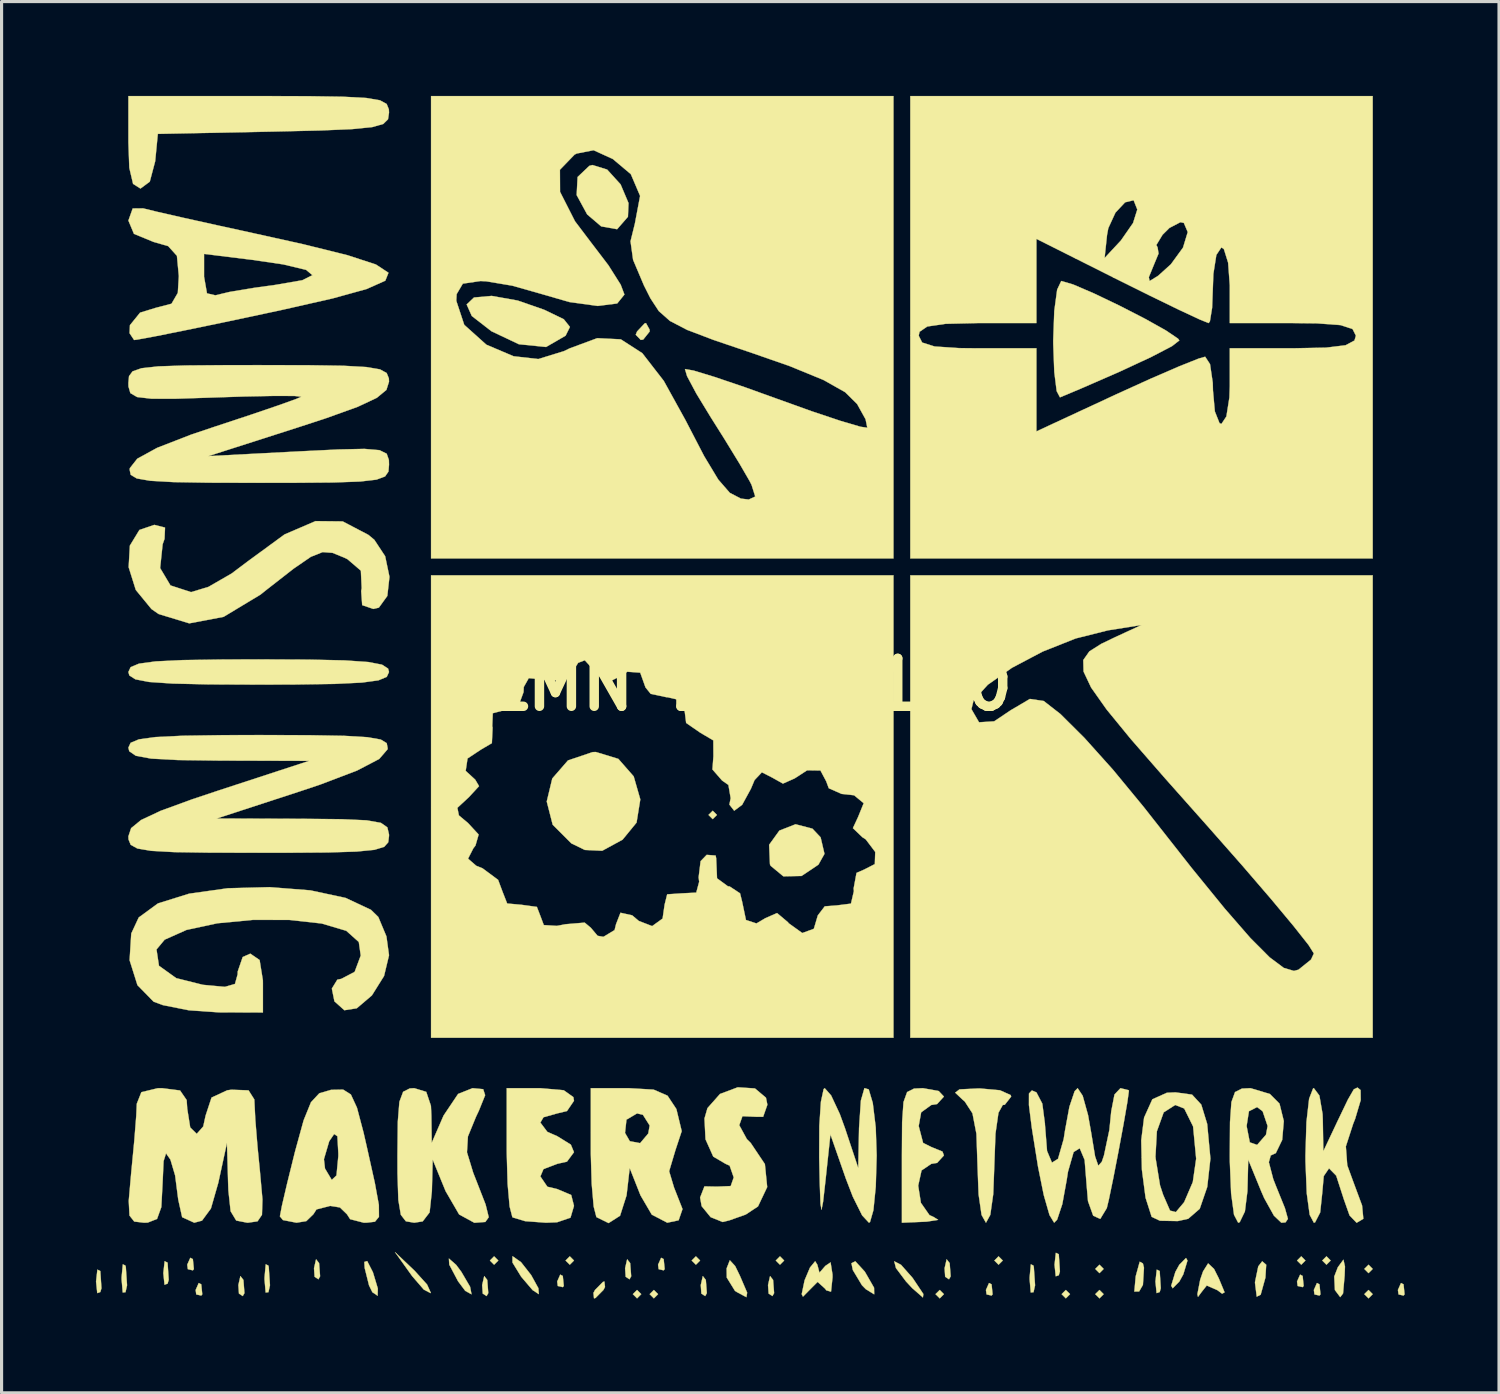
<source format=kicad_pcb>
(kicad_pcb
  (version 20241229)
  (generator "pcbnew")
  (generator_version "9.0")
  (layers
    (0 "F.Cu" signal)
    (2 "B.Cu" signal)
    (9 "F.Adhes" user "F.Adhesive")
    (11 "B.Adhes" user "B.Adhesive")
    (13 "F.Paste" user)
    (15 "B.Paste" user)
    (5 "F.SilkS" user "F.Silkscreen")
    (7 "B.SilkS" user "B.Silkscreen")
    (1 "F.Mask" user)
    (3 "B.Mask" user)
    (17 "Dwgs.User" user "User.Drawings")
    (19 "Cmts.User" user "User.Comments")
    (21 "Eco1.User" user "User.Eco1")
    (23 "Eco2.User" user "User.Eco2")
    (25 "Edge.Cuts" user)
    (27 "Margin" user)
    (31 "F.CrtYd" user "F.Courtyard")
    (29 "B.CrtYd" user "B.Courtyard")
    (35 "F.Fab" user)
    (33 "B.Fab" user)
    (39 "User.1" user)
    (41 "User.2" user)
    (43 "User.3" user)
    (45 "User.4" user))
  (footprint "LMN Logo 160"
    (layer "F.Cu")
    (at 20.818 18.721)
    (property "Reference" "LMN Logo 160" (at 0 0 0) (layer "F.SilkS") (effects (font (size 1.524 1.524) (thickness 0.3))))
    (attr through_hole)
    (fp_poly (pts (xy -8.021 18.315) (xy -8.155 18.448) (xy -8.288 18.315) (xy -8.155 18.181) (xy -8.021 18.315)) (stroke (width 0.01) (type solid)) (fill yes) (layer "F.SilkS"))
    (fp_poly (pts (xy -5.615 18.315) (xy -5.748 18.448) (xy -5.882 18.315) (xy -5.748 18.181) (xy -5.615 18.315)) (stroke (width 0.01) (type solid)) (fill yes) (layer "F.SilkS"))
    (fp_poly (pts (xy -3.476 19.384) (xy -3.609 19.518) (xy -3.743 19.384) (xy -3.609 19.251) (xy -3.476 19.384)) (stroke (width 0.01) (type solid)) (fill yes) (layer "F.SilkS"))
    (fp_poly (pts (xy -2.941 19.384) (xy -3.075 19.518) (xy -3.208 19.384) (xy -3.075 19.251) (xy -2.941 19.384)) (stroke (width 0.01) (type solid)) (fill yes) (layer "F.SilkS"))
    (fp_poly (pts (xy -1.604 18.315) (xy -1.738 18.448) (xy -1.872 18.315) (xy -1.738 18.181) (xy -1.604 18.315)) (stroke (width 0.01) (type solid)) (fill yes) (layer "F.SilkS"))
    (fp_poly (pts (xy -1.069 4.144) (xy -1.203 4.278) (xy -1.337 4.144) (xy -1.203 4.011) (xy -1.069 4.144)) (stroke (width 0.01) (type solid)) (fill yes) (layer "F.SilkS"))
    (fp_poly (pts (xy 1.069 18.315) (xy 0.936 18.448) (xy 0.802 18.315) (xy 0.936 18.181) (xy 1.069 18.315)) (stroke (width 0.01) (type solid)) (fill yes) (layer "F.SilkS"))
    (fp_poly (pts (xy 6.149 19.384) (xy 6.016 19.518) (xy 5.882 19.384) (xy 6.016 19.251) (xy 6.149 19.384)) (stroke (width 0.01) (type solid)) (fill yes) (layer "F.SilkS"))
    (fp_poly (pts (xy 8.021 18.315) (xy 7.887 18.448) (xy 7.754 18.315) (xy 7.887 18.181) (xy 8.021 18.315)) (stroke (width 0.01) (type solid)) (fill yes) (layer "F.SilkS"))
    (fp_poly (pts (xy 10.16 19.384) (xy 10.026 19.518) (xy 9.893 19.384) (xy 10.026 19.251) (xy 10.16 19.384)) (stroke (width 0.01) (type solid)) (fill yes) (layer "F.SilkS"))
    (fp_poly (pts (xy 11.229 18.582) (xy 11.096 18.716) (xy 10.962 18.582) (xy 11.096 18.448) (xy 11.229 18.582)) (stroke (width 0.01) (type solid)) (fill yes) (layer "F.SilkS"))
    (fp_poly (pts (xy 11.229 19.384) (xy 11.096 19.518) (xy 10.962 19.384) (xy 11.096 19.251) (xy 11.229 19.384)) (stroke (width 0.01) (type solid)) (fill yes) (layer "F.SilkS"))
    (fp_poly (pts (xy 17.646 18.315) (xy 17.513 18.448) (xy 17.379 18.315) (xy 17.513 18.181) (xy 17.646 18.315)) (stroke (width 0.01) (type solid)) (fill yes) (layer "F.SilkS"))
    (fp_poly (pts (xy 18.448 18.315) (xy 18.315 18.448) (xy 18.181 18.315) (xy 18.315 18.181) (xy 18.448 18.315)) (stroke (width 0.01) (type solid)) (fill yes) (layer "F.SilkS"))
    (fp_poly (pts (xy 19.785 18.582) (xy 19.652 18.716) (xy 19.518 18.582) (xy 19.652 18.448) (xy 19.785 18.582)) (stroke (width 0.01) (type solid)) (fill yes) (layer "F.SilkS"))
    (fp_poly (pts (xy 19.785 19.384) (xy 19.652 19.518) (xy 19.518 19.384) (xy 19.652 19.251) (xy 19.785 19.384)) (stroke (width 0.01) (type solid)) (fill yes) (layer "F.SilkS"))
    (fp_poly (pts (xy -20.678 18.649) (xy -20.642 19.196) (xy -20.678 19.317) (xy -20.775 19.351) (xy -20.813 18.983) (xy -20.771 18.604) (xy -20.678 18.649)) (stroke (width 0.01) (type solid)) (fill yes) (layer "F.SilkS"))
    (fp_poly (pts (xy -18.539 18.382) (xy -18.503 18.929) (xy -18.539 19.05) (xy -18.636 19.084) (xy -18.674 18.716) (xy -18.632 18.336) (xy -18.539 18.382)) (stroke (width 0.01) (type solid)) (fill yes) (layer "F.SilkS"))
    (fp_poly (pts (xy -17.735 18.27) (xy -17.703 18.587) (xy -17.735 18.627) (xy -17.894 18.59) (xy -17.914 18.448) (xy -17.816 18.228) (xy -17.735 18.27)) (stroke (width 0.01) (type solid)) (fill yes) (layer "F.SilkS"))
    (fp_poly (pts (xy -17.468 19.072) (xy -17.436 19.39) (xy -17.468 19.429) (xy -17.627 19.392) (xy -17.646 19.251) (xy -17.548 19.03) (xy -17.468 19.072)) (stroke (width 0.01) (type solid)) (fill yes) (layer "F.SilkS"))
    (fp_poly (pts (xy -16.127 18.933) (xy -16.095 19.351) (xy -16.148 19.445) (xy -16.269 19.366) (xy -16.288 19.095) (xy -16.223 18.809) (xy -16.127 18.933)) (stroke (width 0.01) (type solid)) (fill yes) (layer "F.SilkS"))
    (fp_poly (pts (xy -13.721 18.398) (xy -13.689 18.816) (xy -13.742 18.911) (xy -13.863 18.831) (xy -13.882 18.56) (xy -13.817 18.275) (xy -13.721 18.398)) (stroke (width 0.01) (type solid)) (fill yes) (layer "F.SilkS"))
    (fp_poly (pts (xy -8.373 18.933) (xy -8.341 19.351) (xy -8.394 19.445) (xy -8.516 19.366) (xy -8.535 19.095) (xy -8.469 18.809) (xy -8.373 18.933)) (stroke (width 0.01) (type solid)) (fill yes) (layer "F.SilkS"))
    (fp_poly (pts (xy -5.971 18.805) (xy -5.939 19.122) (xy -5.971 19.161) (xy -6.13 19.125) (xy -6.149 18.983) (xy -6.052 18.763) (xy -5.971 18.805)) (stroke (width 0.01) (type solid)) (fill yes) (layer "F.SilkS"))
    (fp_poly (pts (xy -3.828 18.398) (xy -3.796 18.816) (xy -3.849 18.911) (xy -3.971 18.831) (xy -3.989 18.56) (xy -3.924 18.275) (xy -3.828 18.398)) (stroke (width 0.01) (type solid)) (fill yes) (layer "F.SilkS"))
    (fp_poly (pts (xy -2.763 18.27) (xy -2.731 18.587) (xy -2.763 18.627) (xy -2.922 18.59) (xy -2.941 18.448) (xy -2.843 18.228) (xy -2.763 18.27)) (stroke (width 0.01) (type solid)) (fill yes) (layer "F.SilkS"))
    (fp_poly (pts (xy -1.422 18.933) (xy -1.39 19.351) (xy -1.443 19.445) (xy -1.564 19.366) (xy -1.583 19.095) (xy -1.518 18.809) (xy -1.422 18.933)) (stroke (width 0.01) (type solid)) (fill yes) (layer "F.SilkS"))
    (fp_poly (pts (xy 0.717 18.933) (xy 0.749 19.351) (xy 0.696 19.445) (xy 0.575 19.366) (xy 0.556 19.095) (xy 0.621 18.809) (xy 0.717 18.933)) (stroke (width 0.01) (type solid)) (fill yes) (layer "F.SilkS"))
    (fp_poly (pts (xy 6.332 18.398) (xy 6.364 18.816) (xy 6.311 18.911) (xy 6.189 18.831) (xy 6.171 18.56) (xy 6.236 18.275) (xy 6.332 18.398)) (stroke (width 0.01) (type solid)) (fill yes) (layer "F.SilkS"))
    (fp_poly (pts (xy 7.665 19.072) (xy 7.697 19.39) (xy 7.665 19.429) (xy 7.506 19.392) (xy 7.486 19.251) (xy 7.584 19.03) (xy 7.665 19.072)) (stroke (width 0.01) (type solid)) (fill yes) (layer "F.SilkS"))
    (fp_poly (pts (xy 9.802 18.114) (xy 9.838 18.662) (xy 9.802 18.783) (xy 9.705 18.816) (xy 9.667 18.448) (xy 9.709 18.069) (xy 9.802 18.114)) (stroke (width 0.01) (type solid)) (fill yes) (layer "F.SilkS"))
    (fp_poly (pts (xy 13.011 18.649) (xy 13.046 19.196) (xy 13.011 19.317) (xy 12.913 19.351) (xy 12.876 18.983) (xy 12.918 18.604) (xy 13.011 18.649)) (stroke (width 0.01) (type solid)) (fill yes) (layer "F.SilkS"))
    (fp_poly (pts (xy 17.557 18.805) (xy 17.589 19.122) (xy 17.557 19.161) (xy 17.398 19.125) (xy 17.379 18.983) (xy 17.477 18.763) (xy 17.557 18.805)) (stroke (width 0.01) (type solid)) (fill yes) (layer "F.SilkS"))
    (fp_poly (pts (xy 18.092 19.072) (xy 18.124 19.39) (xy 18.092 19.429) (xy 17.933 19.392) (xy 17.914 19.251) (xy 18.012 19.03) (xy 18.092 19.072)) (stroke (width 0.01) (type solid)) (fill yes) (layer "F.SilkS"))
    (fp_poly (pts (xy 20.766 19.072) (xy 20.798 19.39) (xy 20.766 19.429) (xy 20.607 19.392) (xy 20.587 19.251) (xy 20.685 19.03) (xy 20.766 19.072)) (stroke (width 0.01) (type solid)) (fill yes) (layer "F.SilkS"))
    (fp_poly (pts (xy -19.881 18.474) (xy -19.867 18.52) (xy -19.828 19.103) (xy -19.877 19.322) (xy -19.965 19.331) (xy -20.001 18.913) (xy -20.001 18.849) (xy -19.962 18.435) (xy -19.881 18.474)) (stroke (width 0.01) (type solid)) (fill yes) (layer "F.SilkS"))
    (fp_poly (pts (xy -15.335 18.474) (xy -15.322 18.52) (xy -15.283 19.103) (xy -15.332 19.322) (xy -15.42 19.331) (xy -15.456 18.913) (xy -15.455 18.849) (xy -15.417 18.435) (xy -15.335 18.474)) (stroke (width 0.01) (type solid)) (fill yes) (layer "F.SilkS"))
    (fp_poly (pts (xy -12.009 18.688) (xy -11.853 19.204) (xy -11.859 19.435) (xy -12.026 19.323) (xy -12.132 19.107) (xy -12.271 18.551) (xy -12.282 18.36) (xy -12.191 18.332) (xy -12.009 18.688)) (stroke (width 0.01) (type solid)) (fill yes) (layer "F.SilkS"))
    (fp_poly (pts (xy -10.681 18.642) (xy -10.287 19.078) (xy -10.168 19.341) (xy -10.175 19.351) (xy -10.391 19.239) (xy -10.758 18.814) (xy -10.8 18.756) (xy -11.307 18.047) (xy -10.681 18.642)) (stroke (width 0.01) (type solid)) (fill yes) (layer "F.SilkS"))
    (fp_poly (pts (xy -9.361 18.454) (xy -9.197 18.674) (xy -8.919 19.149) (xy -8.873 19.389) (xy -9.073 19.279) (xy -9.301 18.975) (xy -9.58 18.447) (xy -9.593 18.251) (xy -9.361 18.454)) (stroke (width 0.01) (type solid)) (fill yes) (layer "F.SilkS"))
    (fp_poly (pts (xy -4.629 19.156) (xy -4.679 19.251) (xy -4.931 19.506) (xy -4.978 19.518) (xy -4.996 19.345) (xy -4.946 19.251) (xy -4.694 18.995) (xy -4.647 18.983) (xy -4.629 19.156)) (stroke (width 0.01) (type solid)) (fill yes) (layer "F.SilkS"))
    (fp_poly (pts (xy -3.211 -11.29) (xy -3.208 -11.229) (xy -3.414 -10.972) (xy -3.492 -10.962) (xy -3.651 -11.126) (xy -3.609 -11.229) (xy -3.369 -11.485) (xy -3.326 -11.497) (xy -3.211 -11.29)) (stroke (width 0.01) (type solid)) (fill yes) (layer "F.SilkS"))
    (fp_poly (pts (xy 8.995 18.474) (xy 9.008 18.52) (xy 9.048 19.103) (xy 8.999 19.322) (xy 8.911 19.331) (xy 8.875 18.913) (xy 8.875 18.849) (xy 8.914 18.435) (xy 8.995 18.474)) (stroke (width 0.01) (type solid)) (fill yes) (layer "F.SilkS"))
    (fp_poly (pts (xy 12.477 18.407) (xy 12.511 18.544) (xy 12.478 19.089) (xy 12.357 19.299) (xy 12.205 19.3) (xy 12.248 18.824) (xy 12.252 18.803) (xy 12.376 18.352) (xy 12.477 18.407)) (stroke (width 0.01) (type solid)) (fill yes) (layer "F.SilkS"))
    (fp_poly (pts (xy 13.895 18.315) (xy 13.762 18.754) (xy 13.636 18.983) (xy 13.424 19.197) (xy 13.377 19.117) (xy 13.51 18.677) (xy 13.636 18.448) (xy 13.848 18.234) (xy 13.895 18.315)) (stroke (width 0.01) (type solid)) (fill yes) (layer "F.SilkS"))
    (fp_poly (pts (xy 16.398 18.448) (xy 16.373 18.858) (xy 16.222 19.402) (xy 16.097 19.464) (xy 16.042 19.025) (xy 16.042 18.999) (xy 16.146 18.5) (xy 16.271 18.339) (xy 16.398 18.448)) (stroke (width 0.01) (type solid)) (fill yes) (layer "F.SilkS"))
    (fp_poly (pts (xy 18.903 18.505) (xy 18.892 18.793) (xy 18.842 19.362) (xy 18.752 19.479) (xy 18.583 19.253) (xy 18.562 18.824) (xy 18.677 18.528) (xy 18.854 18.287) (xy 18.903 18.505)) (stroke (width 0.01) (type solid)) (fill yes) (layer "F.SilkS"))
    (fp_poly (pts (xy -0.489 18.491) (xy -0.339 18.798) (xy -0.108 19.337) (xy -0.132 19.481) (xy -0.438 19.316) (xy -0.494 19.281) (xy -0.756 18.857) (xy -0.761 18.566) (xy -0.659 18.306) (xy -0.489 18.491)) (stroke (width 0.01) (type solid)) (fill yes) (layer "F.SilkS"))
    (fp_poly (pts (xy 3.629 18.663) (xy 3.637 18.674) (xy 3.928 19.18) (xy 3.932 19.39) (xy 3.665 19.226) (xy 3.543 19.101) (xy 3.253 18.618) (xy 3.208 18.4) (xy 3.332 18.339) (xy 3.629 18.663)) (stroke (width 0.01) (type solid)) (fill yes) (layer "F.SilkS"))
    (fp_poly (pts (xy 4.785 18.451) (xy 5.152 18.866) (xy 5.159 18.876) (xy 5.495 19.379) (xy 5.481 19.49) (xy 5.144 19.195) (xy 4.945 18.982) (xy 4.625 18.556) (xy 4.569 18.339) (xy 4.785 18.451)) (stroke (width 0.01) (type solid)) (fill yes) (layer "F.SilkS"))
    (fp_poly (pts (xy -7.299 18.367) (xy -6.976 18.779) (xy -6.747 19.195) (xy -6.733 19.384) (xy -6.931 19.255) (xy -7.292 18.832) (xy -7.298 18.823) (xy -7.571 18.378) (xy -7.571 18.182) (xy -7.563 18.181) (xy -7.299 18.367)) (stroke (width 0.01) (type solid)) (fill yes) (layer "F.SilkS"))
    (fp_poly (pts (xy -4.561 -16.379) (xy -4.133 -15.908) (xy -3.881 -15.313) (xy -3.899 -14.877) (xy -4.244 -14.482) (xy -4.749 -14.572) (xy -5.196 -14.953) (xy -5.53 -15.568) (xy -5.5 -16.142) (xy -5.126 -16.497) (xy -5.027 -16.523) (xy -4.561 -16.379)) (stroke (width 0.01) (type solid)) (fill yes) (layer "F.SilkS"))
    (fp_poly (pts (xy 1.968 4.581) (xy 2.228 4.857) (xy 2.351 5.382) (xy 2.158 5.726) (xy 1.622 6.085) (xy 1.044 6.097) (xy 0.64 5.763) (xy 0.617 5.712) (xy 0.591 5.094) (xy 0.917 4.642) (xy 1.431 4.441) (xy 1.968 4.581)) (stroke (width 0.01) (type solid)) (fill yes) (layer "F.SilkS"))
    (fp_poly (pts (xy -7.404 -12.213) (xy -6.564 -11.921) (xy -5.94 -11.62) (xy -5.744 -11.374) (xy -5.882 -11.096) (xy -6.503 -10.737) (xy -7.367 -10.824) (xy -8.241 -11.238) (xy -8.865 -11.723) (xy -9.028 -12.089) (xy -8.795 -12.31) (xy -8.232 -12.361) (xy -7.404 -12.213)) (stroke (width 0.01) (type solid)) (fill yes) (layer "F.SilkS"))
    (fp_poly (pts (xy 14.739 18.582) (xy 14.89 18.881) (xy 15.075 19.326) (xy 14.996 19.37) (xy 14.849 19.259) (xy 14.507 19.109) (xy 14.351 19.306) (xy 14.229 19.47) (xy 14.21 19.384) (xy 14.3 18.921) (xy 14.39 18.661) (xy 14.551 18.405) (xy 14.739 18.582)) (stroke (width 0.01) (type solid)) (fill yes) (layer "F.SilkS"))
    (fp_poly (pts (xy -4.204 2.362) (xy -3.716 2.919) (xy -3.506 3.65) (xy -3.625 4.388) (xy -4.07 4.931) (xy -4.718 5.284) (xy -5.27 5.258) (xy -5.699 5.049) (xy -6.292 4.456) (xy -6.481 3.717) (xy -6.305 2.985) (xy -5.806 2.411) (xy -5.024 2.147) (xy -4.921 2.143) (xy -4.204 2.362)) (stroke (width 0.01) (type solid)) (fill yes) (layer "F.SilkS"))
    (fp_poly (pts (xy 2.124 18.448) (xy 2.191 18.702) (xy 2.377 18.487) (xy 2.545 18.373) (xy 2.606 18.76) (xy 2.607 18.849) (xy 2.559 19.306) (xy 2.406 19.261) (xy 2.373 19.212) (xy 2.132 18.994) (xy 1.876 19.251) (xy 1.667 19.464) (xy 1.627 19.384) (xy 1.719 18.943) (xy 1.89 18.539) (xy 2.055 18.337) (xy 2.124 18.448)) (stroke (width 0.01) (type solid)) (fill yes) (layer "F.SilkS"))
    (fp_poly (pts (xy 10.262 -12.723) (xy 10.925 -12.438) (xy 11.733 -12.051) (xy 12.543 -11.635) (xy 13.211 -11.261) (xy 13.594 -11.002) (xy 13.636 -10.945) (xy 13.4 -10.762) (xy 12.744 -10.42) (xy 11.745 -9.955) (xy 10.48 -9.403) (xy 9.84 -9.135) (xy 9.735 -9.334) (xy 9.659 -9.941) (xy 9.626 -10.831) (xy 9.625 -10.94) (xy 9.659 -11.885) (xy 9.75 -12.559) (xy 9.879 -12.833) (xy 9.888 -12.834) (xy 10.262 -12.723)) (stroke (width 0.01) (type solid)) (fill yes) (layer "F.SilkS"))
    (fp_poly (pts (xy -14.07 -18.712) (xy -12.955 -18.695) (xy -12.219 -18.655) (xy -11.784 -18.581) (xy -11.571 -18.464) (xy -11.502 -18.293) (xy -11.497 -18.189) (xy -11.529 -17.978) (xy -11.68 -17.829) (xy -12.033 -17.729) (xy -12.671 -17.665) (xy -13.676 -17.622) (xy -15.131 -17.588) (xy -15.173 -17.587) (xy -18.849 -17.513) (xy -18.933 -16.644) (xy -19.105 -15.994) (xy -19.401 -15.775) (xy -19.636 -15.924) (xy -19.756 -16.434) (xy -19.785 -17.245) (xy -19.785 -18.716) (xy -15.641 -18.716) (xy -14.07 -18.712)) (stroke (width 0.01) (type solid)) (fill yes) (layer "F.SilkS"))
    (fp_poly (pts (xy -14.042 -0.795) (xy -12.905 -0.77) (xy -12.155 -0.718) (xy -11.72 -0.634) (xy -11.527 -0.51) (xy -11.497 -0.401) (xy -11.569 -0.246) (xy -11.833 -0.136) (xy -12.362 -0.064) (xy -13.231 -0.022) (xy -14.512 -0.003) (xy -15.641 0) (xy -17.24 -0.007) (xy -18.378 -0.033) (xy -19.127 -0.084) (xy -19.562 -0.168) (xy -19.755 -0.292) (xy -19.785 -0.401) (xy -19.713 -0.556) (xy -19.449 -0.666) (xy -18.92 -0.738) (xy -18.051 -0.78) (xy -16.77 -0.799) (xy -15.641 -0.802) (xy -14.042 -0.795)) (stroke (width 0.01) (type solid)) (fill yes) (layer "F.SilkS"))
    (fp_poly (pts (xy 7.93 12.9) (xy 8.272 13.053) (xy 8.288 13.101) (xy 8.085 13.361) (xy 8.021 13.368) (xy 7.884 13.616) (xy 7.789 14.279) (xy 7.754 15.238) (xy 7.754 15.24) (xy 7.718 16.2) (xy 7.624 16.863) (xy 7.487 17.112) (xy 7.486 17.112) (xy 7.347 16.866) (xy 7.252 16.211) (xy 7.219 15.336) (xy 7.183 14.284) (xy 7.057 13.634) (xy 6.812 13.257) (xy 6.751 13.206) (xy 6.508 12.976) (xy 6.645 12.872) (xy 7.238 12.843) (xy 7.286 12.842) (xy 7.93 12.9)) (stroke (width 0.01) (type solid)) (fill yes) (layer "F.SilkS"))
    (fp_poly (pts (xy 5.984 12.925) (xy 6.149 13.101) (xy 5.933 13.338) (xy 5.748 13.368) (xy 5.426 13.601) (xy 5.347 14.037) (xy 5.487 14.574) (xy 5.748 14.705) (xy 6.104 14.85) (xy 6.149 14.973) (xy 5.933 15.21) (xy 5.748 15.24) (xy 5.438 15.45) (xy 5.331 15.935) (xy 5.417 16.48) (xy 5.689 16.87) (xy 5.815 16.927) (xy 5.965 17.021) (xy 5.607 17.078) (xy 5.548 17.081) (xy 4.813 17.112) (xy 4.813 14.973) (xy 4.82 13.912) (xy 4.864 13.277) (xy 4.979 12.958) (xy 5.199 12.847) (xy 5.481 12.834) (xy 5.984 12.925)) (stroke (width 0.01) (type solid)) (fill yes) (layer "F.SilkS"))
    (fp_poly (pts (xy 3.758 12.873) (xy 3.887 13.305) (xy 3.981 14.081) (xy 4.011 14.973) (xy 3.982 15.966) (xy 3.907 16.714) (xy 3.799 17.09) (xy 3.765 17.112) (xy 3.549 16.88) (xy 3.252 16.284) (xy 3.03 15.708) (xy 2.54 14.304) (xy 2.383 15.775) (xy 2.307 16.444) (xy 2.257 16.701) (xy 2.224 16.512) (xy 2.2 15.844) (xy 2.183 15.039) (xy 2.187 14.029) (xy 2.238 13.263) (xy 2.324 12.864) (xy 2.359 12.834) (xy 2.562 13.064) (xy 2.838 13.654) (xy 3.002 14.104) (xy 3.425 15.374) (xy 3.45 14.104) (xy 3.509 13.226) (xy 3.622 12.832) (xy 3.758 12.873)) (stroke (width 0.01) (type solid)) (fill yes) (layer "F.SilkS"))
    (fp_poly (pts (xy -5.941 12.9) (xy -5.634 13.119) (xy -5.615 13.235) (xy -5.838 13.561) (xy -6.149 13.636) (xy -6.584 13.758) (xy -6.684 13.928) (xy -6.461 14.224) (xy -6.149 14.36) (xy -5.715 14.629) (xy -5.615 14.87) (xy -5.838 15.17) (xy -6.149 15.24) (xy -6.585 15.407) (xy -6.684 15.641) (xy -6.461 15.968) (xy -6.149 16.042) (xy -5.703 16.231) (xy -5.615 16.577) (xy -5.726 16.952) (xy -6.153 17.098) (xy -6.506 17.112) (xy -7.167 17.063) (xy -7.563 16.944) (xy -7.575 16.933) (xy -7.662 16.596) (xy -7.726 15.873) (xy -7.753 14.913) (xy -7.754 14.794) (xy -7.754 12.834) (xy -6.684 12.834) (xy -5.941 12.9)) (stroke (width 0.01) (type solid)) (fill yes) (layer "F.SilkS"))
    (fp_poly (pts (xy 0.14 12.842) (xy 0.49 13.137) (xy 0.535 13.36) (xy 0.4 13.745) (xy 0.161 13.743) (xy -0.258 13.725) (xy -0.359 14.011) (xy -0.117 14.454) (xy 0.006 14.577) (xy 0.456 15.248) (xy 0.529 15.979) (xy 0.237 16.594) (xy -0.151 16.851) (xy -0.668 17.035) (xy -0.886 17.09) (xy -1.138 16.988) (xy -1.27 16.935) (xy -1.555 16.586) (xy -1.604 16.312) (xy -1.466 15.957) (xy -1.069 15.965) (xy -0.631 15.947) (xy -0.535 15.672) (xy -0.665 15.297) (xy -0.793 15.24) (xy -1.186 15.01) (xy -1.432 14.46) (xy -1.465 13.798) (xy -1.37 13.468) (xy -0.971 13.018) (xy -0.407 12.806) (xy 0.14 12.842)) (stroke (width 0.01) (type solid)) (fill yes) (layer "F.SilkS"))
    (fp_poly (pts (xy 14.04 13.039) (xy 14.333 13.356) (xy 14.521 13.97) (xy 14.624 15.073) (xy 14.523 15.975) (xy 14.284 16.67) (xy 13.918 16.987) (xy 13.586 17.06) (xy 13.019 17.049) (xy 12.756 16.926) (xy 12.562 16.319) (xy 12.445 15.425) (xy 12.436 15.03) (xy 12.876 15.03) (xy 13.022 15.925) (xy 13.121 16.225) (xy 13.34 16.727) (xy 13.525 16.774) (xy 13.789 16.459) (xy 14.064 15.819) (xy 14.171 15.077) (xy 14.073 14.05) (xy 13.791 13.48) (xy 13.505 13.368) (xy 13.138 13.603) (xy 12.921 14.206) (xy 12.876 15.03) (xy 12.436 15.03) (xy 12.424 14.49) (xy 12.515 13.769) (xy 12.778 13.187) (xy 13.239 12.98) (xy 13.511 12.967) (xy 14.04 13.039)) (stroke (width 0.01) (type solid)) (fill yes) (layer "F.SilkS"))
    (fp_poly (pts (xy -3.083 12.88) (xy -2.641 13.072) (xy -2.363 13.491) (xy -2.357 13.504) (xy -2.189 14.2) (xy -2.39 14.808) (xy -2.589 15.475) (xy -2.434 15.991) (xy -2.164 16.678) (xy -2.287 17.035) (xy -2.648 17.112) (xy -3.141 16.855) (xy -3.499 16.243) (xy -3.843 15.374) (xy -3.943 16.243) (xy -4.15 16.891) (xy -4.515 17.124) (xy -4.902 16.933) (xy -4.989 16.596) (xy -5.052 15.873) (xy -5.08 14.913) (xy -5.08 14.794) (xy -5.08 14.257) (xy -3.992 14.257) (xy -3.84 14.52) (xy -3.512 14.582) (xy -3.253 14.276) (xy -3.208 14.021) (xy -3.423 13.68) (xy -3.609 13.636) (xy -3.946 13.835) (xy -3.992 14.257) (xy -5.08 14.257) (xy -5.08 12.834) (xy -3.871 12.834) (xy -3.083 12.88)) (stroke (width 0.01) (type solid)) (fill yes) (layer "F.SilkS"))
    (fp_poly (pts (xy -8.502 12.866) (xy -8.44 13.057) (xy -8.638 13.547) (xy -8.732 13.746) (xy -8.988 14.37) (xy -9.018 14.873) (xy -8.821 15.52) (xy -8.728 15.757) (xy -8.425 16.534) (xy -8.326 16.937) (xy -8.434 17.088) (xy -8.756 17.112) (xy -8.787 17.112) (xy -9.267 16.85) (xy -9.697 16.109) (xy -10.108 15.106) (xy -10.134 16.109) (xy -10.206 16.784) (xy -10.426 17.07) (xy -10.695 17.112) (xy -10.961 17.067) (xy -11.121 16.861) (xy -11.201 16.387) (xy -11.228 15.537) (xy -11.229 14.973) (xy -11.218 13.907) (xy -11.167 13.268) (xy -11.048 12.949) (xy -10.836 12.842) (xy -10.695 12.834) (xy -10.313 12.951) (xy -10.164 13.396) (xy -10.15 13.703) (xy -10.139 14.572) (xy -9.761 13.703) (xy -9.3 13.017) (xy -8.84 12.834) (xy -8.502 12.866)) (stroke (width 0.01) (type solid)) (fill yes) (layer "F.SilkS"))
    (fp_poly (pts (xy 19.4 12.894) (xy 19.404 13.213) (xy 19.226 13.811) (xy 19.165 13.964) (xy 18.931 14.686) (xy 18.976 15.287) (xy 19.149 15.761) (xy 19.447 16.565) (xy 19.487 16.987) (xy 19.277 17.112) (xy 19.272 17.112) (xy 19.049 16.881) (xy 18.853 16.326) (xy 18.85 16.313) (xy 18.624 15.615) (xy 18.396 15.383) (xy 18.228 15.63) (xy 18.181 16.16) (xy 18.115 16.785) (xy 17.952 17.102) (xy 17.914 17.112) (xy 17.781 16.861) (xy 17.688 16.178) (xy 17.647 15.164) (xy 17.646 14.973) (xy 17.678 13.913) (xy 17.763 13.169) (xy 17.89 12.841) (xy 17.914 12.834) (xy 18.09 13.07) (xy 18.191 13.656) (xy 18.198 13.836) (xy 18.215 14.839) (xy 18.657 13.903) (xy 18.995 13.199) (xy 19.184 12.871) (xy 19.302 12.814) (xy 19.4 12.894)) (stroke (width 0.01) (type solid)) (fill yes) (layer "F.SilkS"))
    (fp_poly (pts (xy -12.97 -5.19) (xy -12.154 -4.762) (xy -11.965 -4.606) (xy -11.62 -4.083) (xy -11.483 -3.427) (xy -11.551 -2.82) (xy -11.82 -2.448) (xy -11.995 -2.406) (xy -12.35 -2.527) (xy -12.382 -2.976) (xy -12.366 -3.067) (xy -12.392 -3.623) (xy -12.819 -3.989) (xy -12.928 -4.041) (xy -13.294 -4.19) (xy -13.608 -4.214) (xy -13.983 -4.064) (xy -14.529 -3.689) (xy -15.359 -3.042) (xy -15.586 -2.861) (xy -16.758 -2.155) (xy -17.849 -1.948) (xy -18.824 -2.245) (xy -19.05 -2.402) (xy -19.55 -3.011) (xy -19.777 -3.734) (xy -19.738 -4.42) (xy -19.435 -4.918) (xy -18.961 -5.08) (xy -18.62 -4.993) (xy -18.636 -4.634) (xy -18.696 -4.464) (xy -18.776 -3.706) (xy -18.447 -3.154) (xy -17.792 -2.941) (xy -17.241 -3.107) (xy -16.501 -3.534) (xy -16.006 -3.907) (xy -14.82 -4.775) (xy -13.834 -5.199) (xy -12.97 -5.19)) (stroke (width 0.01) (type solid)) (fill yes) (layer "F.SilkS"))
    (fp_poly (pts (xy 16.516 13.019) (xy 16.821 13.325) (xy 16.958 13.879) (xy 16.907 14.478) (xy 16.704 14.899) (xy 16.542 14.973) (xy 16.482 15.187) (xy 16.622 15.724) (xy 16.707 15.941) (xy 16.993 16.647) (xy 17.089 16.99) (xy 17.012 17.102) (xy 16.88 17.112) (xy 16.644 16.888) (xy 16.334 16.33) (xy 16.238 16.109) (xy 15.827 15.106) (xy 15.801 16.109) (xy 15.721 16.754) (xy 15.556 17.095) (xy 15.507 17.112) (xy 15.375 16.861) (xy 15.282 16.178) (xy 15.241 15.164) (xy 15.24 14.973) (xy 15.246 14.037) (xy 15.775 14.037) (xy 15.877 14.557) (xy 16.109 14.638) (xy 16.392 14.313) (xy 16.443 14.037) (xy 16.285 13.569) (xy 16.109 13.435) (xy 15.849 13.567) (xy 15.775 14.037) (xy 15.246 14.037) (xy 15.247 13.912) (xy 15.292 13.276) (xy 15.407 12.958) (xy 15.627 12.847) (xy 15.899 12.834) (xy 16.516 13.019)) (stroke (width 0.01) (type solid)) (fill yes) (layer "F.SilkS"))
    (fp_poly (pts (xy -12.711 13.033) (xy -12.516 13.455) (xy -12.306 14.249) (xy -12.198 14.723) (xy -11.948 15.846) (xy -11.82 16.547) (xy -11.817 16.925) (xy -11.944 17.08) (xy -12.204 17.111) (xy -12.299 17.112) (xy -12.733 17) (xy -12.834 16.844) (xy -13.058 16.627) (xy -13.368 16.577) (xy -13.803 16.689) (xy -13.903 16.844) (xy -14.127 17.061) (xy -14.438 17.112) (xy -14.87 17.028) (xy -14.967 16.911) (xy -14.902 16.57) (xy -14.736 15.859) (xy -14.546 15.092) (xy -13.567 15.092) (xy -13.533 15.39) (xy -13.318 15.751) (xy -13.168 15.609) (xy -13.109 14.994) (xy -13.109 14.906) (xy -13.139 14.362) (xy -13.242 14.292) (xy -13.399 14.521) (xy -13.567 15.092) (xy -14.546 15.092) (xy -14.505 14.926) (xy -14.483 14.839) (xy -14.212 13.855) (xy -13.978 13.279) (xy -13.713 12.996) (xy -13.347 12.889) (xy -13.318 12.886) (xy -12.957 12.879) (xy -12.711 13.033)) (stroke (width 0.01) (type solid)) (fill yes) (layer "F.SilkS"))
    (fp_poly (pts (xy -18.867 -15.035) (xy -18.03 -14.844) (xy -16.943 -14.603) (xy -16.176 -14.436) (xy -14.238 -14.007) (xy -12.82 -13.656) (xy -11.914 -13.36) (xy -11.514 -13.097) (xy -11.615 -12.845) (xy -12.21 -12.58) (xy -13.292 -12.281) (xy -14.856 -11.926) (xy -15.441 -11.8) (xy -16.831 -11.505) (xy -18.036 -11.256) (xy -18.96 -11.071) (xy -19.505 -10.971) (xy -19.604 -10.959) (xy -19.748 -11.176) (xy -19.736 -11.43) (xy -19.413 -11.829) (xy -18.914 -11.982) (xy -18.414 -12.112) (xy -18.213 -12.458) (xy -18.182 -12.97) (xy -17.379 -12.97) (xy -17.286 -12.442) (xy -17.02 -12.38) (xy -16.57 -12.487) (xy -15.785 -12.618) (xy -15.111 -12.711) (xy -14.256 -12.859) (xy -13.932 -13.02) (xy -14.134 -13.189) (xy -14.861 -13.363) (xy -15.842 -13.507) (xy -17.379 -13.697) (xy -17.379 -12.97) (xy -18.182 -12.97) (xy -18.181 -12.992) (xy -18.242 -13.637) (xy -18.521 -13.945) (xy -18.983 -14.077) (xy -19.608 -14.334) (xy -19.785 -14.757) (xy -19.648 -15.142) (xy -19.317 -15.145) (xy -18.867 -15.035)) (stroke (width 0.01) (type solid)) (fill yes) (layer "F.SilkS"))
    (fp_poly (pts (xy 19.785 11.229) (xy 5.08 11.229) (xy 5.08 0.78) (xy 7.024 0.78) (xy 7.266 1.198) (xy 7.747 1.168) (xy 8.272 0.816) (xy 8.883 0.456) (xy 9.323 0.521) (xy 9.855 0.936) (xy 10.617 1.694) (xy 11.525 2.706) (xy 12.494 3.881) (xy 12.701 4.144) (xy 14.028 5.831) (xy 15.079 7.121) (xy 15.893 8.056) (xy 16.507 8.672) (xy 16.957 9.009) (xy 17.28 9.105) (xy 17.425 9.066) (xy 17.824 8.744) (xy 17.914 8.55) (xy 17.744 8.279) (xy 17.27 7.679) (xy 16.55 6.815) (xy 15.638 5.755) (xy 14.591 4.567) (xy 14.586 4.561) (xy 13.176 2.974) (xy 12.096 1.735) (xy 11.323 0.791) (xy 10.829 0.091) (xy 10.59 -0.415) (xy 10.581 -0.781) (xy 10.775 -1.057) (xy 11.149 -1.294) (xy 11.596 -1.509) (xy 12.433 -1.895) (xy 11.363 -1.725) (xy 10.341 -1.468) (xy 9.286 -1.049) (xy 8.315 -0.536) (xy 7.545 0.004) (xy 7.092 0.503) (xy 7.024 0.78) (xy 5.08 0.78) (xy 5.08 -3.476) (xy 19.785 -3.476) (xy 19.785 11.229)) (stroke (width 0.01) (type solid)) (fill yes) (layer "F.SilkS"))
    (fp_poly (pts (xy -13.999 6.543) (xy -12.879 6.783) (xy -12.072 7.161) (xy -11.838 7.389) (xy -11.579 8.008) (xy -11.497 8.607) (xy -11.655 9.266) (xy -12.041 9.883) (xy -12.522 10.293) (xy -12.917 10.355) (xy -13.233 10.072) (xy -13.315 9.667) (xy -13.141 9.383) (xy -13.016 9.358) (xy -12.59 9.135) (xy -12.396 8.616) (xy -12.458 8.185) (xy -12.856 7.829) (xy -13.639 7.597) (xy -14.673 7.483) (xy -15.823 7.482) (xy -16.956 7.59) (xy -17.937 7.801) (xy -18.632 8.111) (xy -18.891 8.422) (xy -18.813 8.941) (xy -18.264 9.335) (xy -17.417 9.547) (xy -16.716 9.612) (xy -16.396 9.519) (xy -16.311 9.213) (xy -16.309 9.126) (xy -16.15 8.663) (xy -15.908 8.556) (xy -15.612 8.759) (xy -15.508 9.406) (xy -15.507 9.492) (xy -15.507 10.427) (xy -16.911 10.423) (xy -17.861 10.357) (xy -18.69 10.192) (xy -18.983 10.083) (xy -19.497 9.558) (xy -19.747 8.764) (xy -19.694 7.916) (xy -19.456 7.405) (xy -18.844 6.958) (xy -17.854 6.649) (xy -16.625 6.476) (xy -15.294 6.441) (xy -13.999 6.543)) (stroke (width 0.01) (type solid)) (fill yes) (layer "F.SilkS"))
    (fp_poly (pts (xy -14.041 1.609) (xy -12.921 1.629) (xy -12.186 1.672) (xy -11.76 1.747) (xy -11.57 1.862) (xy -11.54 2.025) (xy -11.545 2.059) (xy -11.808 2.364) (xy -12.512 2.732) (xy -13.692 3.181) (xy -14.305 3.386) (xy -16.978 4.258) (xy -14.237 4.268) (xy -13.002 4.28) (xy -12.207 4.316) (xy -11.754 4.397) (xy -11.55 4.54) (xy -11.497 4.766) (xy -11.497 4.813) (xy -11.522 5.015) (xy -11.651 5.159) (xy -11.962 5.254) (xy -12.532 5.31) (xy -13.44 5.338) (xy -14.764 5.347) (xy -15.641 5.347) (xy -17.213 5.344) (xy -18.327 5.327) (xy -19.064 5.286) (xy -19.499 5.212) (xy -19.712 5.094) (xy -19.781 4.924) (xy -19.785 4.826) (xy -19.698 4.565) (xy -19.383 4.307) (xy -18.76 4.014) (xy -17.75 3.645) (xy -16.911 3.365) (xy -14.037 2.425) (xy -16.911 2.416) (xy -18.211 2.399) (xy -19.062 2.353) (xy -19.549 2.263) (xy -19.758 2.119) (xy -19.785 2.005) (xy -19.714 1.851) (xy -19.45 1.741) (xy -18.921 1.668) (xy -18.054 1.626) (xy -16.776 1.607) (xy -15.621 1.604) (xy -14.041 1.609)) (stroke (width 0.01) (type solid)) (fill yes) (layer "F.SilkS"))
    (fp_poly (pts (xy 12.025 12.899) (xy 12.032 12.918) (xy 11.984 13.27) (xy 11.863 13.969) (xy 11.702 14.837) (xy 11.535 15.698) (xy 11.395 16.374) (xy 11.329 16.648) (xy 11.121 16.991) (xy 10.897 16.89) (xy 10.731 16.427) (xy 10.691 15.959) (xy 10.624 15.115) (xy 10.468 14.744) (xy 10.274 14.865) (xy 10.094 15.493) (xy 10.054 15.753) (xy 9.914 16.521) (xy 9.75 17.014) (xy 9.655 17.112) (xy 9.507 16.869) (xy 9.324 16.231) (xy 9.142 15.331) (xy 9.13 15.255) (xy 8.944 14.093) (xy 8.853 13.371) (xy 8.854 13.004) (xy 8.947 12.906) (xy 9.091 12.967) (xy 9.278 13.326) (xy 9.362 13.963) (xy 9.362 13.986) (xy 9.429 14.831) (xy 9.585 15.201) (xy 9.778 15.081) (xy 9.958 14.452) (xy 9.998 14.193) (xy 10.14 13.424) (xy 10.306 12.931) (xy 10.402 12.834) (xy 10.562 13.074) (xy 10.733 13.69) (xy 10.83 14.237) (xy 10.957 15.005) (xy 11.059 15.299) (xy 11.17 15.175) (xy 11.239 14.973) (xy 11.411 14.161) (xy 11.47 13.569) (xy 11.574 13.035) (xy 11.764 12.834) (xy 12.025 12.899)) (stroke (width 0.01) (type solid)) (fill yes) (layer "F.SilkS"))
    (fp_poly (pts (xy -18.142 12.907) (xy -17.932 13.212) (xy -17.914 13.486) (xy -17.819 14.083) (xy -17.612 14.286) (xy -17.405 14.052) (xy -17.33 13.707) (xy -17.141 13.133) (xy -16.641 12.901) (xy -16.51 12.883) (xy -15.964 12.903) (xy -15.78 13.193) (xy -15.775 13.311) (xy -15.748 13.846) (xy -15.678 14.703) (xy -15.603 15.468) (xy -15.522 16.369) (xy -15.537 16.861) (xy -15.678 17.068) (xy -15.976 17.111) (xy -16.004 17.112) (xy -16.356 17.043) (xy -16.534 16.748) (xy -16.605 16.09) (xy -16.614 15.842) (xy -16.65 14.572) (xy -16.926 15.842) (xy -17.161 16.661) (xy -17.444 17.046) (xy -17.691 17.112) (xy -18.076 16.936) (xy -18.2 16.376) (xy -18.299 15.609) (xy -18.448 15.106) (xy -18.588 14.906) (xy -18.666 15.153) (xy -18.697 15.842) (xy -18.738 16.616) (xy -18.874 16.992) (xy -19.169 17.108) (xy -19.289 17.112) (xy -19.599 17.075) (xy -19.75 16.884) (xy -19.774 16.417) (xy -19.698 15.55) (xy -19.69 15.468) (xy -19.598 14.508) (xy -19.535 13.71) (xy -19.518 13.329) (xy -19.372 12.961) (xy -18.854 12.836) (xy -18.716 12.834) (xy -18.142 12.907)) (stroke (width 0.01) (type solid)) (fill yes) (layer "F.SilkS"))
    (fp_poly (pts (xy -14.07 -10.157) (xy -12.955 -10.14) (xy -12.219 -10.099) (xy -11.784 -10.025) (xy -11.571 -9.908) (xy -11.502 -9.738) (xy -11.497 -9.634) (xy -11.58 -9.372) (xy -11.885 -9.12) (xy -12.491 -8.835) (xy -13.48 -8.479) (xy -14.371 -8.187) (xy -17.245 -7.266) (xy -14.371 -7.416) (xy -13.105 -7.478) (xy -12.279 -7.496) (xy -11.799 -7.455) (xy -11.571 -7.343) (xy -11.501 -7.144) (xy -11.497 -6.992) (xy -11.515 -6.775) (xy -11.623 -6.62) (xy -11.897 -6.518) (xy -12.417 -6.458) (xy -13.261 -6.428) (xy -14.506 -6.418) (xy -15.661 -6.417) (xy -17.239 -6.421) (xy -18.358 -6.44) (xy -19.092 -6.482) (xy -19.518 -6.556) (xy -19.711 -6.671) (xy -19.745 -6.835) (xy -19.738 -6.885) (xy -19.503 -7.183) (xy -18.87 -7.53) (xy -17.789 -7.95) (xy -17.009 -8.212) (xy -15.908 -8.576) (xy -15.015 -8.88) (xy -14.44 -9.087) (xy -14.285 -9.154) (xy -14.498 -9.179) (xy -15.14 -9.181) (xy -16.103 -9.162) (xy -16.994 -9.133) (xy -18.239 -9.092) (xy -19.046 -9.091) (xy -19.508 -9.145) (xy -19.722 -9.27) (xy -19.783 -9.481) (xy -19.785 -9.595) (xy -19.765 -9.809) (xy -19.653 -9.961) (xy -19.369 -10.061) (xy -18.837 -10.12) (xy -17.976 -10.149) (xy -16.711 -10.159) (xy -15.641 -10.16) (xy -14.07 -10.157)) (stroke (width 0.01) (type solid)) (fill yes) (layer "F.SilkS"))
    (fp_poly (pts (xy 4.545 -4.011) (xy -10.16 -4.011) (xy -10.16 -12.207) (xy -9.358 -12.207) (xy -9.105 -11.441) (xy -8.401 -10.809) (xy -7.536 -10.442) (xy -6.75 -10.353) (xy -5.929 -10.606) (xy -5.755 -10.691) (xy -4.875 -11.017) (xy -4.126 -10.98) (xy -3.443 -10.54) (xy -2.759 -9.658) (xy -2.076 -8.422) (xy -1.477 -7.268) (xy -1.027 -6.521) (xy -0.659 -6.098) (xy -0.308 -5.915) (xy -0.057 -5.886) (xy 0.149 -5.981) (xy 0.031 -6.355) (xy -0.031 -6.475) (xy -0.344 -7.016) (xy -0.831 -7.812) (xy -1.266 -8.503) (xy -1.724 -9.255) (xy -2.019 -9.809) (xy -2.086 -10.035) (xy -1.812 -9.987) (xy -1.142 -9.783) (xy -0.183 -9.458) (xy 0.811 -9.1) (xy 1.939 -8.695) (xy 2.869 -8.384) (xy 3.496 -8.2) (xy 3.713 -8.169) (xy 3.658 -8.438) (xy 3.389 -8.923) (xy 3.01 -9.298) (xy 2.319 -9.688) (xy 1.241 -10.13) (xy 0.077 -10.536) (xy -1.171 -10.959) (xy -2.016 -11.28) (xy -2.564 -11.565) (xy -2.918 -11.879) (xy -3.185 -12.287) (xy -3.389 -12.692) (xy -3.735 -13.508) (xy -3.817 -14.098) (xy -3.679 -14.657) (xy -3.512 -15.541) (xy -3.807 -16.233) (xy -4.379 -16.714) (xy -4.991 -16.994) (xy -5.528 -16.889) (xy -5.597 -16.854) (xy -6.062 -16.373) (xy -6.058 -15.67) (xy -5.583 -14.735) (xy -5.08 -14.07) (xy -4.518 -13.333) (xy -4.13 -12.719) (xy -4.011 -12.404) (xy -4.24 -12.121) (xy -4.859 -12.042) (xy -5.761 -12.166) (xy -6.684 -12.433) (xy -7.577 -12.686) (xy -8.404 -12.825) (xy -8.589 -12.834) (xy -9.15 -12.751) (xy -9.346 -12.419) (xy -9.358 -12.207) (xy -10.16 -12.207) (xy -10.16 -18.716) (xy 4.545 -18.716) (xy 4.545 -4.011)) (stroke (width 0.01) (type solid)) (fill yes) (layer "F.SilkS"))
    (fp_poly (pts (xy 19.785 -4.011) (xy 5.08 -4.011) (xy 5.08 -11.096) (xy 5.347 -11.096) (xy 5.457 -10.878) (xy 5.853 -10.753) (xy 6.633 -10.701) (xy 7.219 -10.695) (xy 9.091 -10.695) (xy 9.091 -8.052) (xy 11.649 -9.24) (xy 12.728 -9.73) (xy 13.633 -10.122) (xy 14.251 -10.368) (xy 14.457 -10.427) (xy 14.612 -10.19) (xy 14.699 -9.597) (xy 14.705 -9.358) (xy 14.765 -8.688) (xy 14.913 -8.316) (xy 14.973 -8.288) (xy 15.132 -8.527) (xy 15.228 -9.132) (xy 15.24 -9.492) (xy 15.24 -10.695) (xy 17.245 -10.695) (xy 18.303 -10.716) (xy 18.924 -10.792) (xy 19.205 -10.942) (xy 19.251 -11.096) (xy 19.145 -11.307) (xy 18.766 -11.432) (xy 18.015 -11.488) (xy 17.245 -11.497) (xy 15.24 -11.497) (xy 15.24 -12.7) (xy 15.187 -13.418) (xy 15.053 -13.848) (xy 14.973 -13.903) (xy 14.813 -13.664) (xy 14.718 -13.06) (xy 14.705 -12.7) (xy 14.678 -11.982) (xy 14.608 -11.552) (xy 14.567 -11.497) (xy 14.286 -11.61) (xy 13.631 -11.916) (xy 12.703 -12.367) (xy 11.759 -12.836) (xy 11.522 -12.955) (xy 12.665 -12.955) (xy 12.691 -12.834) (xy 12.963 -13.002) (xy 13.368 -13.368) (xy 13.753 -13.897) (xy 13.903 -14.391) (xy 13.779 -14.682) (xy 13.669 -14.705) (xy 13.32 -14.522) (xy 13.101 -14.304) (xy 12.905 -13.98) (xy 12.944 -13.903) (xy 12.975 -13.708) (xy 12.834 -13.368) (xy 12.665 -12.955) (xy 11.522 -12.955) (xy 10.305 -13.566) (xy 11.259 -13.566) (xy 11.779 -14.125) (xy 12.164 -14.679) (xy 12.299 -15.108) (xy 12.182 -15.403) (xy 11.911 -15.337) (xy 11.603 -15.008) (xy 11.377 -14.516) (xy 11.337 -14.303) (xy 11.259 -13.566) (xy 10.305 -13.566) (xy 9.091 -14.175) (xy 9.091 -11.497) (xy 7.219 -11.497) (xy 6.202 -11.473) (xy 5.62 -11.388) (xy 5.375 -11.221) (xy 5.347 -11.096) (xy 5.08 -11.096) (xy 5.08 -18.716) (xy 19.785 -18.716) (xy 19.785 -4.011)) (stroke (width 0.01) (type solid)) (fill yes) (layer "F.SilkS"))
    (fp_poly (pts (xy 4.545 11.229) (xy -10.16 11.229) (xy -10.16 3.918) (xy -9.323 3.918) (xy -9.275 4.159) (xy -8.984 4.403) (xy -8.647 4.768) (xy -8.748 5.118) (xy -8.814 5.203) (xy -8.984 5.535) (xy -8.722 5.762) (xy -8.521 5.843) (xy -8.028 6.209) (xy -7.889 6.581) (xy -7.74 6.961) (xy -7.286 7.002) (xy -6.795 7.069) (xy -6.684 7.357) (xy -6.575 7.647) (xy -6.159 7.673) (xy -5.882 7.62) (xy -5.275 7.569) (xy -5.08 7.732) (xy -4.864 7.988) (xy -4.679 8.021) (xy -4.324 7.807) (xy -4.278 7.62) (xy -4.136 7.255) (xy -3.765 7.337) (xy -3.553 7.516) (xy -3.129 7.68) (xy -2.797 7.44) (xy -2.733 6.998) (xy -2.651 6.669) (xy -2.186 6.638) (xy -1.727 6.615) (xy -1.634 6.27) (xy -1.651 6.128) (xy -1.588 5.614) (xy -1.395 5.414) (xy -1.11 5.436) (xy -1.093 5.523) (xy -1.066 6.16) (xy -0.718 6.415) (xy -0.668 6.417) (xy -0.334 6.637) (xy -0.267 6.907) (xy -0.146 7.485) (xy 0.188 7.595) (xy 0.472 7.427) (xy 0.843 7.265) (xy 1.189 7.556) (xy 1.214 7.59) (xy 1.645 7.9) (xy 2.013 7.766) (xy 2.139 7.34) (xy 2.36 7.051) (xy 2.741 7.022) (xy 3.193 6.965) (xy 3.286 6.567) (xy 3.278 6.484) (xy 3.37 5.988) (xy 3.613 5.882) (xy 3.952 5.708) (xy 3.965 5.321) (xy 3.663 4.921) (xy 3.555 4.852) (xy 3.255 4.564) (xy 3.419 4.212) (xy 3.598 3.772) (xy 3.293 3.519) (xy 2.896 3.476) (xy 2.488 3.296) (xy 2.406 3.075) (xy 2.223 2.731) (xy 1.799 2.725) (xy 1.402 2.983) (xy 1.03 3.148) (xy 0.684 2.954) (xy 0.36 2.789) (xy 0.128 3.035) (xy 0.011 3.313) (xy -0.267 3.822) (xy -0.52 4.011) (xy -0.673 3.815) (xy -0.632 3.612) (xy -0.704 3.19) (xy -0.906 3.049) (xy -1.212 2.698) (xy -1.181 2.281) (xy -1.184 1.774) (xy -1.601 1.528) (xy -1.601 1.528) (xy -2.048 1.219) (xy -2.089 0.89) (xy -2.165 0.513) (xy -2.642 0.401) (xy -2.672 0.401) (xy -3.175 0.294) (xy -3.341 0.089) (xy -3.508 -0.38) (xy -3.919 -0.409) (xy -4.146 -0.266) (xy -4.522 -0.076) (xy -4.861 -0.312) (xy -4.955 -0.428) (xy -5.271 -0.774) (xy -5.482 -0.693) (xy -5.629 -0.466) (xy -6.059 -0.129) (xy -6.565 -0.161) (xy -7.053 -0.206) (xy -7.212 0.076) (xy -7.219 0.238) (xy -7.388 0.7) (xy -7.785 0.802) (xy -8.197 0.91) (xy -8.214 1.323) (xy -8.203 1.366) (xy -8.226 1.862) (xy -8.573 2.066) (xy -9 2.349) (xy -9.059 2.744) (xy -8.756 3.022) (xy -8.634 3.229) (xy -8.957 3.579) (xy -9.323 3.918) (xy -10.16 3.918) (xy -10.16 -3.476) (xy 4.545 -3.476) (xy 4.545 11.229)) (stroke (width 0.01) (type solid)) (fill yes) (layer "F.SilkS")))
  (gr_rect
    (start -3 -3)
    (end 44.62 41.244)
    (stroke (width 0.1) (type default))
    (fill no)
    (layer "Edge.Cuts")))
</source>
